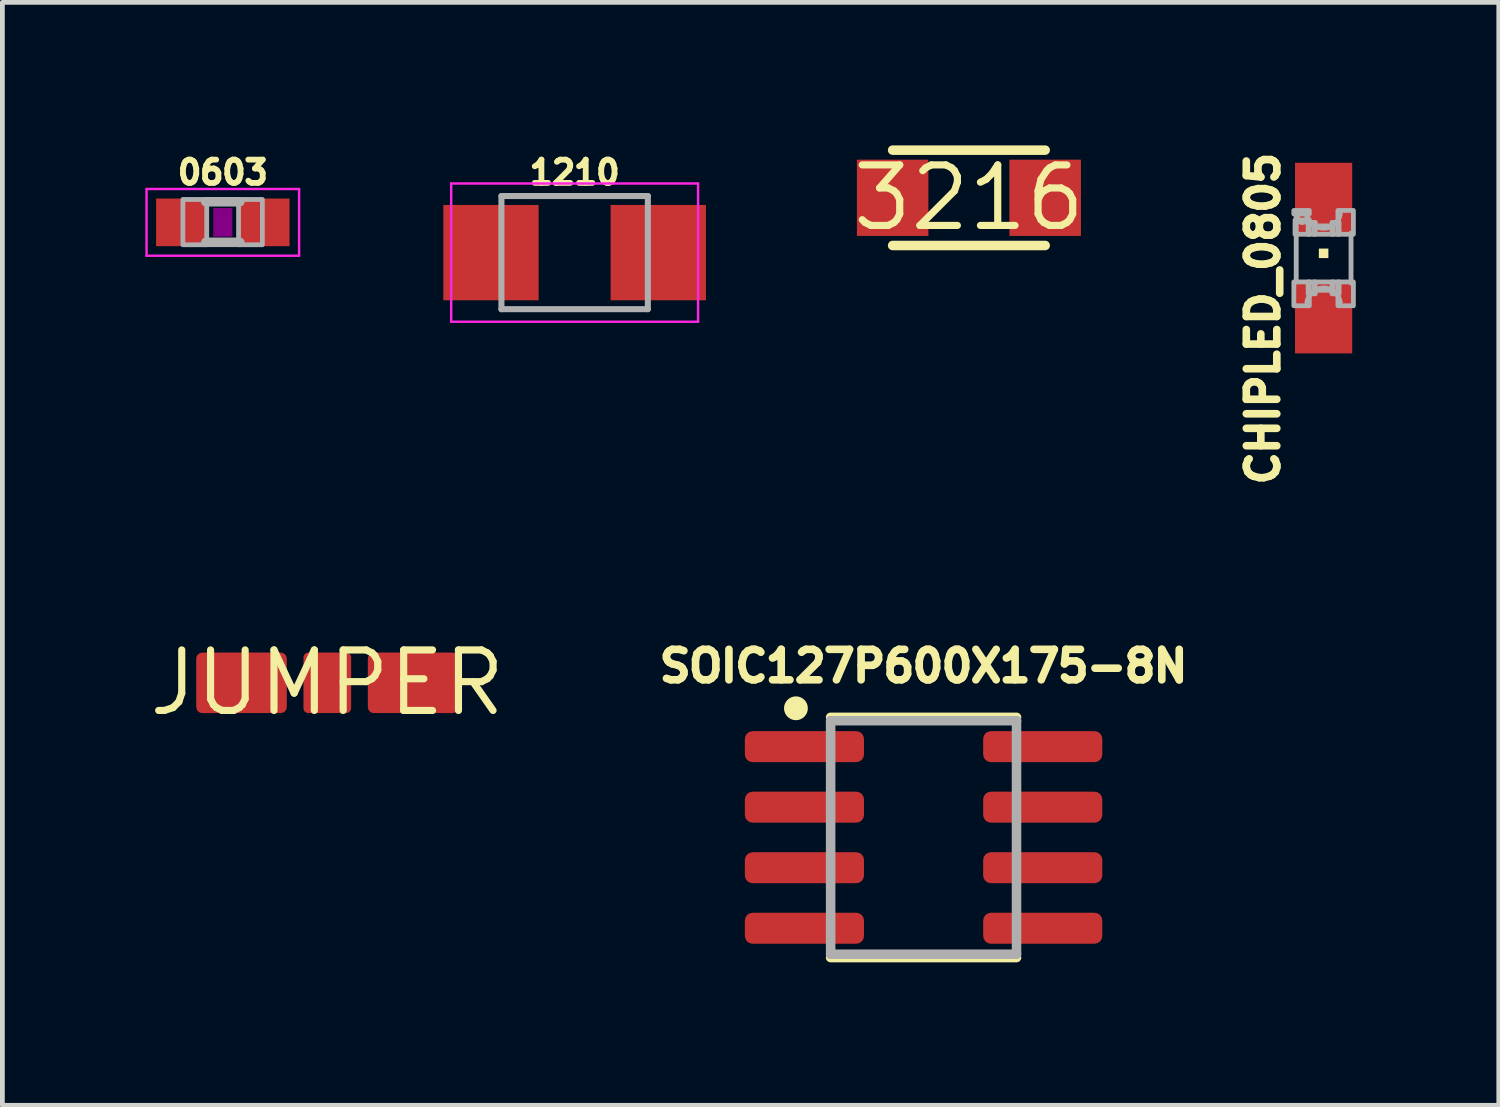
<source format=kicad_pcb>
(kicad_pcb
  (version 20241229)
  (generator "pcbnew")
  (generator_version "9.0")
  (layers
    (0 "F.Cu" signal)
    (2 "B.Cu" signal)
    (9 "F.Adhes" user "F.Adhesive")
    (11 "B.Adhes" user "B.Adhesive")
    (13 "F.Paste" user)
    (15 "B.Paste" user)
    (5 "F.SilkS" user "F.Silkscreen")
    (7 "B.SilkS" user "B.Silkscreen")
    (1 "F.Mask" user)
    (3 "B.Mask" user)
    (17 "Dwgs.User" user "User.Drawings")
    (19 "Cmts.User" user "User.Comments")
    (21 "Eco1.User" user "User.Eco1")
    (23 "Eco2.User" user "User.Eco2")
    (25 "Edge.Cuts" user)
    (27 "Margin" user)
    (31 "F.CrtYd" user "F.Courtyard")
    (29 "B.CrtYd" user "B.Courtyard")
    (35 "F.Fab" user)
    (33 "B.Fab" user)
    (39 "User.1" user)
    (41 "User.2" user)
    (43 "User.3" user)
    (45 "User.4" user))
  (footprint "0603"
    (layer "F.Cu")
    (at 1.625 1.615)
    (property "Reference" "0603" (at 0 -0.762 0) (layer "F.SilkS") (effects (font (size 0.488 0.488) (thickness 0.122)) (justify bottom)))
    (fp_poly (pts (xy -0.2 0.3) (xy 0.2 0.3) (xy 0.2 -0.3) (xy -0.2 -0.3)) (stroke (width 0) (type default)) (fill yes) (layer "F.Adhes"))
    (fp_line (start -1.6 -0.7) (end 1.6 -0.7) (stroke (width 0.051) (type solid)) (layer "F.CrtYd"))
    (fp_line (start -1.6 0.7) (end -1.6 -0.7) (stroke (width 0.051) (type solid)) (layer "F.CrtYd"))
    (fp_line (start 1.6 -0.7) (end 1.6 0.7) (stroke (width 0.051) (type solid)) (layer "F.CrtYd"))
    (fp_line (start 1.6 0.7) (end -1.6 0.7) (stroke (width 0.051) (type solid)) (layer "F.CrtYd"))
    (fp_line (start -0.356 -0.432) (end 0.356 -0.432) (stroke (width 0.2) (type solid)) (layer "F.Fab"))
    (fp_line (start -0.356 0.419) (end 0.356 0.419) (stroke (width 0.2) (type solid)) (layer "F.Fab"))
    (fp_poly (pts (xy -0.838 0.47) (xy -0.338 0.47) (xy -0.338 -0.48) (xy -0.838 -0.48)) (stroke (width 0.1) (type default)) (fill no) (layer "F.Fab"))
    (fp_poly (pts (xy 0.33 0.47) (xy 0.83 0.47) (xy 0.83 -0.48) (xy 0.33 -0.48)) (stroke (width 0.1) (type default)) (fill no) (layer "F.Fab"))
    (pad "1" smd rect (at -0.85 0) (size 1.1 1) (layers "F.Cu" "F.Mask" "F.Paste"))
    (pad "2" smd rect (at 0.85 0) (size 1.1 1) (layers "F.Cu" "F.Mask" "F.Paste")))
  (footprint "SOIC127P600X175-8N"
    (layer "F.Cu")
    (at 16.327 14.52)
    (property "Reference" "SOIC127P600X175-8N" (at 0 -3.595 0) (layer "F.SilkS") (effects (font (size 0.64 0.64) (thickness 0.16))))
    (fp_line (start -1.95 -2.52) (end 1.95 -2.52) (stroke (width 0.2) (type solid)) (layer "F.SilkS"))
    (fp_line (start -1.95 2.52) (end 1.95 2.52) (stroke (width 0.2) (type solid)) (layer "F.SilkS"))
    (fp_circle (center -2.678 -2.71) (end -2.553 -2.71) (stroke (width 0.25) (type solid)) (fill yes) (layer "F.SilkS"))
    (fp_line (start -1.95 -2.45) (end 1.95 -2.45) (stroke (width 0.2) (type solid)) (layer "F.Fab"))
    (fp_line (start -1.95 2.45) (end -1.95 -2.45) (stroke (width 0.2) (type solid)) (layer "F.Fab"))
    (fp_line (start 1.95 -2.45) (end 1.95 2.45) (stroke (width 0.2) (type solid)) (layer "F.Fab"))
    (fp_line (start 1.95 2.45) (end -1.95 2.45) (stroke (width 0.2) (type solid)) (layer "F.Fab"))
    (pad "1" smd roundrect (at -2.5 -1.905) (size 2.5 0.65) (layers "F.Cu" "F.Mask" "F.Paste") (roundrect_rratio 0.25))
    (pad "2" smd roundrect (at -2.5 -0.635) (size 2.5 0.65) (layers "F.Cu" "F.Mask" "F.Paste") (roundrect_rratio 0.25))
    (pad "3" smd roundrect (at -2.5 0.635) (size 2.5 0.65) (layers "F.Cu" "F.Mask" "F.Paste") (roundrect_rratio 0.25))
    (pad "4" smd roundrect (at -2.5 1.905) (size 2.5 0.65) (layers "F.Cu" "F.Mask" "F.Paste") (roundrect_rratio 0.25))
    (pad "5" smd roundrect (at 2.5 1.905) (size 2.5 0.65) (layers "F.Cu" "F.Mask" "F.Paste") (roundrect_rratio 0.25))
    (pad "6" smd roundrect (at 2.5 0.635) (size 2.5 0.65) (layers "F.Cu" "F.Mask" "F.Paste") (roundrect_rratio 0.25))
    (pad "7" smd roundrect (at 2.5 -0.635) (size 2.5 0.65) (layers "F.Cu" "F.Mask" "F.Paste") (roundrect_rratio 0.25))
    (pad "8" smd roundrect (at 2.5 -1.905) (size 2.5 0.65) (layers "F.Cu" "F.Mask" "F.Paste") (roundrect_rratio 0.25)))
  (footprint "1210"
    (layer "F.Cu")
    (at 9.006 2.25)
    (property "Reference" "1210" (at 0 -1.397 0) (layer "F.SilkS") (effects (font (size 0.488 0.488) (thickness 0.122)) (justify bottom)))
    (fp_line (start -2.59 -1.45) (end 2.59 -1.45) (stroke (width 0.051) (type solid)) (layer "F.CrtYd"))
    (fp_line (start -2.59 1.45) (end -2.59 -1.45) (stroke (width 0.051) (type solid)) (layer "F.CrtYd"))
    (fp_line (start 2.59 -1.45) (end 2.59 1.45) (stroke (width 0.051) (type solid)) (layer "F.CrtYd"))
    (fp_line (start 2.59 1.45) (end -2.59 1.45) (stroke (width 0.051) (type solid)) (layer "F.CrtYd"))
    (fp_line (start -1.536 -1.187) (end 1.536 -1.187) (stroke (width 0.127) (type solid)) (layer "F.Fab"))
    (fp_line (start -1.536 1.187) (end -1.536 -1.187) (stroke (width 0.127) (type solid)) (layer "F.Fab"))
    (fp_line (start 1.536 -1.187) (end 1.536 1.187) (stroke (width 0.127) (type solid)) (layer "F.Fab"))
    (fp_line (start 1.536 1.187) (end -1.536 1.187) (stroke (width 0.127) (type solid)) (layer "F.Fab"))
    (pad "1" smd rect (at -1.755 0) (size 2 2) (layers "F.Cu" "F.Mask" "F.Paste"))
    (pad "2" smd rect (at 1.755 0) (size 2 2) (layers "F.Cu" "F.Mask" "F.Paste")))
  (footprint "CHIPLED_0805"
    (layer "F.Cu")
    (at 24.72 2.365)
    (property "Reference" "CHIPLED_0805" (at -1.27 1.27 90) (layer "F.SilkS") (effects (font (size 0.64 0.64) (thickness 0.16))))
    (fp_poly (pts (xy -0.1 0) (xy 0.1 0) (xy 0.1 -0.2) (xy -0.1 -0.2)) (stroke (width 0) (type default)) (fill yes) (layer "F.SilkS"))
    (fp_line (start -0.575 0.5) (end -0.575 -0.925) (stroke (width 0.102) (type solid)) (layer "F.Fab"))
    (fp_line (start 0.575 -0.525) (end 0.575 0.525) (stroke (width 0.102) (type solid)) (layer "F.Fab"))
    (fp_arc (start -0.35 0.925) (mid -0.000001 0.625027) (end 0.35 0.924998) (stroke (width 0.1016) (type solid)) (layer "F.Fab"))
    (fp_arc (start 0.35 -0.924998) (mid -0.000001 -0.625027) (end -0.35 -0.925) (stroke (width 0.1016) (type solid)) (layer "F.Fab"))
    (fp_circle (center -0.45 -0.85) (end -0.347 -0.85) (stroke (width 0.102) (type solid)) (fill no) (layer "F.Fab"))
    (fp_poly (pts (xy -0.625 -0.925) (xy -0.3 -0.925) (xy -0.3 -1) (xy -0.625 -1)) (stroke (width 0.1) (type default)) (fill no) (layer "F.Fab"))
    (fp_poly (pts (xy -0.625 1) (xy -0.3 1) (xy -0.3 0.5) (xy -0.625 0.5)) (stroke (width 0.1) (type default)) (fill no) (layer "F.Fab"))
    (fp_poly (pts (xy -0.6 -0.5) (xy -0.3 -0.5) (xy -0.3 -0.8) (xy -0.6 -0.8)) (stroke (width 0.1) (type default)) (fill no) (layer "F.Fab"))
    (fp_poly (pts (xy -0.325 -0.5) (xy -0.175 -0.5) (xy -0.175 -0.75) (xy -0.325 -0.75)) (stroke (width 0.1) (type default)) (fill no) (layer "F.Fab"))
    (fp_poly (pts (xy -0.325 0.75) (xy -0.175 0.75) (xy -0.175 0.5) (xy -0.325 0.5)) (stroke (width 0.1) (type default)) (fill no) (layer "F.Fab"))
    (fp_poly (pts (xy -0.2 -0.5) (xy 0.2 -0.5) (xy 0.2 -0.675) (xy -0.2 -0.675)) (stroke (width 0.1) (type default)) (fill no) (layer "F.Fab"))
    (fp_poly (pts (xy -0.2 0.675) (xy 0.2 0.675) (xy 0.2 0.5) (xy -0.2 0.5)) (stroke (width 0.1) (type default)) (fill no) (layer "F.Fab"))
    (fp_poly (pts (xy 0.175 -0.5) (xy 0.325 -0.5) (xy 0.325 -0.75) (xy 0.175 -0.75)) (stroke (width 0.1) (type default)) (fill no) (layer "F.Fab"))
    (fp_poly (pts (xy 0.175 0.75) (xy 0.325 0.75) (xy 0.325 0.5) (xy 0.175 0.5)) (stroke (width 0.1) (type default)) (fill no) (layer "F.Fab"))
    (fp_poly (pts (xy 0.3 -0.5) (xy 0.625 -0.5) (xy 0.625 -1) (xy 0.3 -1)) (stroke (width 0.1) (type default)) (fill no) (layer "F.Fab"))
    (fp_poly (pts (xy 0.3 1) (xy 0.625 1) (xy 0.625 0.5) (xy 0.3 0.5)) (stroke (width 0.1) (type default)) (fill no) (layer "F.Fab"))
    (pad "A" smd rect (at 0 1.25) (size 1.2 1.5) (layers "F.Cu" "F.Mask" "F.Paste"))
    (pad "C" smd rect (at 0 -1.25) (size 1.2 1.5) (layers "F.Cu" "F.Mask" "F.Paste")))
  (footprint "JUMPER"
    (layer "F.Cu")
    (at 3.817 11.276)
    (property "Reference" "JUMPER" (at 0 0 0) (layer "F.SilkS") (effects (font (size 1.27 1.27) (thickness 0.15))))
    (pad "1" smd roundrect (at -1.8 0) (size 1.9 1.27) (layers "F.Cu" "F.Mask" "F.Paste") (roundrect_rratio 0.1))
    (pad "2" smd roundrect (at 0 0) (size 1 1.27) (layers "F.Cu" "F.Mask" "F.Paste") (roundrect_rratio 0.1))
    (pad "3" smd roundrect (at 1.8 0) (size 1.9 1.27) (layers "F.Cu" "F.Mask" "F.Paste") (roundrect_rratio 0.1)))
  (footprint "3216"
    (layer "F.Cu")
    (at 17.278 1.1)
    (property "Reference" "3216" (at 0 0 0) (layer "F.SilkS") (effects (font (size 1.27 1.27) (thickness 0.15))))
    (fp_line (start -1.6 -1) (end 1.6 -1) (stroke (width 0.2) (type solid)) (layer "F.SilkS"))
    (fp_line (start 1.6 1) (end -1.6 1) (stroke (width 0.2) (type solid)) (layer "F.SilkS"))
    (pad "P$1" smd rect (at -1.6 0) (size 1.5 1.6) (layers "F.Cu" "F.Mask" "F.Paste"))
    (pad "P$2" smd rect (at 1.6 0) (size 1.5 1.6) (layers "F.Cu" "F.Mask" "F.Paste")))
  (gr_rect
    (start -3 -3)
    (end 28.395 20.14)
    (stroke (width 0.1) (type default))
    (fill no)
    (layer "Edge.Cuts")))
</source>
